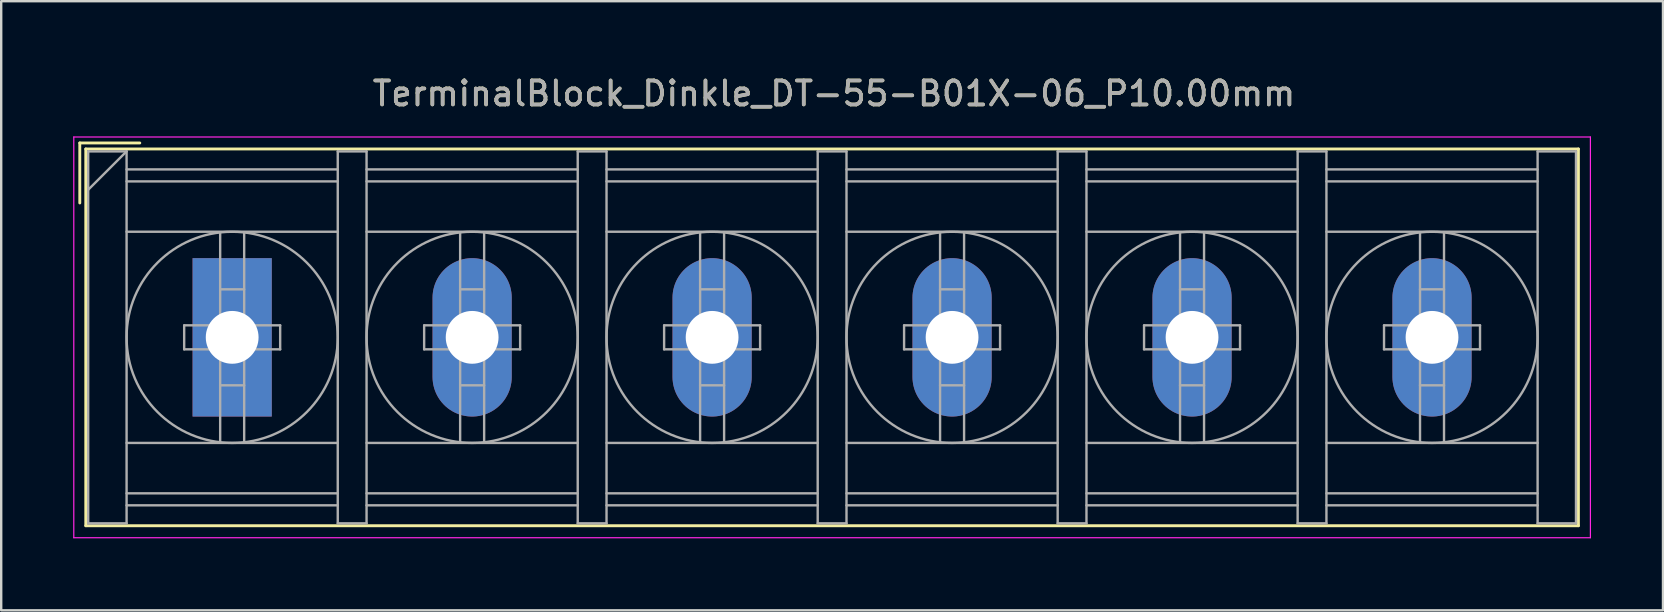
<source format=kicad_pcb>
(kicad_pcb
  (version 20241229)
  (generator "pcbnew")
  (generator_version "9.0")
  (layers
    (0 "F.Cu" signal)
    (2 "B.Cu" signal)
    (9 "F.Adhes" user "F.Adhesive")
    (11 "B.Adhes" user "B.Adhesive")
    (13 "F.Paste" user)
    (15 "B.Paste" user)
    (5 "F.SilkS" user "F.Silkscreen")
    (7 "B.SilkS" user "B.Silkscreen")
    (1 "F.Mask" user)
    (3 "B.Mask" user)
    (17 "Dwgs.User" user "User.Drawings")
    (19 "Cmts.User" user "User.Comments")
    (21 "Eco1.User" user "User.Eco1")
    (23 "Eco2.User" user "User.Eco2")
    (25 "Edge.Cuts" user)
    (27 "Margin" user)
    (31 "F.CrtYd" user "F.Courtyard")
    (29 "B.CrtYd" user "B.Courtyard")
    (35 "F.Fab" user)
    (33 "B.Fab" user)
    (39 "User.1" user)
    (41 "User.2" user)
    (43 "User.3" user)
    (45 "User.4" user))
  (footprint "TerminalBlock_Dinkle_DT-55-B01X-06_P10.00mm"
    (layer "F.Cu")
    (at 6.625 11.008)
    (property "Reference" "TerminalBlock_Dinkle_DT-55-B01X-06_P10.00mm" (at 25.08 -10.16 0) (layer "F.SilkS") (effects (font (size 1 1) (thickness 0.15))))
    (attr through_hole)
    (fp_line (start -6.35 -8.1) (end -3.85 -8.1) (stroke (width 0.12) (type solid)) (layer "F.SilkS"))
    (fp_line (start -6.35 -5.6) (end -6.35 -8.1) (stroke (width 0.12) (type solid)) (layer "F.SilkS"))
    (fp_line (start -6.1 -7.85) (end 56.1 -7.85) (stroke (width 0.12) (type solid)) (layer "F.SilkS"))
    (fp_line (start -6.1 7.85) (end -6.1 -7.85) (stroke (width 0.12) (type solid)) (layer "F.SilkS"))
    (fp_line (start -6.1 7.85) (end 56.1 7.85) (stroke (width 0.12) (type solid)) (layer "F.SilkS"))
    (fp_line (start 56.1 -7.85) (end 56.1 7.85) (stroke (width 0.12) (type solid)) (layer "F.SilkS"))
    (fp_line (start -6.6 -8.35) (end 56.6 -8.35) (stroke (width 0.05) (type solid)) (layer "F.CrtYd"))
    (fp_line (start -6.6 8.35) (end -6.6 -8.35) (stroke (width 0.05) (type solid)) (layer "F.CrtYd"))
    (fp_line (start -6.6 8.35) (end 56.6 8.35) (stroke (width 0.05) (type solid)) (layer "F.CrtYd"))
    (fp_line (start 56.6 -8.35) (end 56.6 8.35) (stroke (width 0.05) (type solid)) (layer "F.CrtYd"))
    (fp_line (start -6 -7.75) (end -6 7.75) (stroke (width 0.1) (type solid)) (layer "F.Fab"))
    (fp_line (start -6 -7.75) (end -4.4 -7.75) (stroke (width 0.1) (type solid)) (layer "F.Fab"))
    (fp_line (start -6 7.75) (end -4.4 7.75) (stroke (width 0.1) (type solid)) (layer "F.Fab"))
    (fp_line (start -4.4 -7.75) (end -6 -6.15) (stroke (width 0.1) (type solid)) (layer "F.Fab"))
    (fp_line (start -4.4 -7.75) (end -4.4 7.75) (stroke (width 0.1) (type solid)) (layer "F.Fab"))
    (fp_line (start -4.4 -7) (end 4.4 -7) (stroke (width 0.1) (type solid)) (layer "F.Fab"))
    (fp_line (start -4.4 -6.5) (end 4.4 -6.5) (stroke (width 0.1) (type solid)) (layer "F.Fab"))
    (fp_line (start -4.4 -4.4) (end 4.4 -4.4) (stroke (width 0.1) (type solid)) (layer "F.Fab"))
    (fp_line (start -4.4 4.4) (end 4.4 4.4) (stroke (width 0.1) (type solid)) (layer "F.Fab"))
    (fp_line (start -4.4 6.5) (end 4.4 6.5) (stroke (width 0.1) (type solid)) (layer "F.Fab"))
    (fp_line (start -4.4 7) (end 4.4 7) (stroke (width 0.1) (type solid)) (layer "F.Fab"))
    (fp_line (start -2 -0.5) (end -2 0.5) (stroke (width 0.1) (type solid)) (layer "F.Fab"))
    (fp_line (start -2 0.5) (end -0.5 0.5) (stroke (width 0.1) (type solid)) (layer "F.Fab"))
    (fp_line (start -0.5 -4.35) (end -0.5 -0.5) (stroke (width 0.1) (type solid)) (layer "F.Fab"))
    (fp_line (start -0.5 -2) (end 0.5 -2) (stroke (width 0.1) (type solid)) (layer "F.Fab"))
    (fp_line (start -0.5 -0.5) (end -2 -0.5) (stroke (width 0.1) (type solid)) (layer "F.Fab"))
    (fp_line (start -0.5 0.5) (end -0.5 4.35) (stroke (width 0.1) (type solid)) (layer "F.Fab"))
    (fp_line (start -0.5 2) (end 0.5 2) (stroke (width 0.1) (type solid)) (layer "F.Fab"))
    (fp_line (start 0.5 -4.35) (end 0.5 -0.5) (stroke (width 0.1) (type solid)) (layer "F.Fab"))
    (fp_line (start 0.5 -0.5) (end 2 -0.5) (stroke (width 0.1) (type solid)) (layer "F.Fab"))
    (fp_line (start 0.5 0.5) (end 0.5 4.35) (stroke (width 0.1) (type solid)) (layer "F.Fab"))
    (fp_line (start 2 -0.5) (end 2 0.5) (stroke (width 0.1) (type solid)) (layer "F.Fab"))
    (fp_line (start 2 0.5) (end 0.5 0.5) (stroke (width 0.1) (type solid)) (layer "F.Fab"))
    (fp_line (start 4.4 -7.75) (end 4.4 7.75) (stroke (width 0.1) (type solid)) (layer "F.Fab"))
    (fp_line (start 4.4 -7.75) (end 5.6 -7.75) (stroke (width 0.1) (type solid)) (layer "F.Fab"))
    (fp_line (start 4.4 7.75) (end 5.6 7.75) (stroke (width 0.1) (type solid)) (layer "F.Fab"))
    (fp_line (start 5.6 -7.75) (end 5.6 7.75) (stroke (width 0.1) (type solid)) (layer "F.Fab"))
    (fp_line (start 5.6 -7) (end 14.4 -7) (stroke (width 0.1) (type solid)) (layer "F.Fab"))
    (fp_line (start 5.6 -6.5) (end 14.4 -6.5) (stroke (width 0.1) (type solid)) (layer "F.Fab"))
    (fp_line (start 5.6 -4.4) (end 14.4 -4.4) (stroke (width 0.1) (type solid)) (layer "F.Fab"))
    (fp_line (start 5.6 4.4) (end 14.4 4.4) (stroke (width 0.1) (type solid)) (layer "F.Fab"))
    (fp_line (start 5.6 6.5) (end 14.4 6.5) (stroke (width 0.1) (type solid)) (layer "F.Fab"))
    (fp_line (start 5.6 7) (end 14.4 7) (stroke (width 0.1) (type solid)) (layer "F.Fab"))
    (fp_line (start 8 -0.5) (end 8 0.5) (stroke (width 0.1) (type solid)) (layer "F.Fab"))
    (fp_line (start 8 0.5) (end 9.5 0.5) (stroke (width 0.1) (type solid)) (layer "F.Fab"))
    (fp_line (start 9.5 -4.35) (end 9.5 -0.5) (stroke (width 0.1) (type solid)) (layer "F.Fab"))
    (fp_line (start 9.5 -2) (end 10.5 -2) (stroke (width 0.1) (type solid)) (layer "F.Fab"))
    (fp_line (start 9.5 -0.5) (end 8 -0.5) (stroke (width 0.1) (type solid)) (layer "F.Fab"))
    (fp_line (start 9.5 0.5) (end 9.5 4.35) (stroke (width 0.1) (type solid)) (layer "F.Fab"))
    (fp_line (start 9.5 2) (end 10.5 2) (stroke (width 0.1) (type solid)) (layer "F.Fab"))
    (fp_line (start 10.5 -4.35) (end 10.5 -0.5) (stroke (width 0.1) (type solid)) (layer "F.Fab"))
    (fp_line (start 10.5 -0.5) (end 12 -0.5) (stroke (width 0.1) (type solid)) (layer "F.Fab"))
    (fp_line (start 10.5 0.5) (end 10.5 4.35) (stroke (width 0.1) (type solid)) (layer "F.Fab"))
    (fp_line (start 12 -0.5) (end 12 0.5) (stroke (width 0.1) (type solid)) (layer "F.Fab"))
    (fp_line (start 12 0.5) (end 10.5 0.5) (stroke (width 0.1) (type solid)) (layer "F.Fab"))
    (fp_line (start 14.4 -7.75) (end 14.4 7.75) (stroke (width 0.1) (type solid)) (layer "F.Fab"))
    (fp_line (start 14.4 -7.75) (end 15.6 -7.75) (stroke (width 0.1) (type solid)) (layer "F.Fab"))
    (fp_line (start 14.4 7.75) (end 15.6 7.75) (stroke (width 0.1) (type solid)) (layer "F.Fab"))
    (fp_line (start 15.6 -7.75) (end 15.6 7.75) (stroke (width 0.1) (type solid)) (layer "F.Fab"))
    (fp_line (start 15.6 -7) (end 24.4 -7) (stroke (width 0.1) (type solid)) (layer "F.Fab"))
    (fp_line (start 15.6 -6.5) (end 24.4 -6.5) (stroke (width 0.1) (type solid)) (layer "F.Fab"))
    (fp_line (start 15.6 -4.4) (end 24.4 -4.4) (stroke (width 0.1) (type solid)) (layer "F.Fab"))
    (fp_line (start 15.6 4.4) (end 24.4 4.4) (stroke (width 0.1) (type solid)) (layer "F.Fab"))
    (fp_line (start 15.6 6.5) (end 24.4 6.5) (stroke (width 0.1) (type solid)) (layer "F.Fab"))
    (fp_line (start 15.6 7) (end 24.4 7) (stroke (width 0.1) (type solid)) (layer "F.Fab"))
    (fp_line (start 18 -0.5) (end 18 0.5) (stroke (width 0.1) (type solid)) (layer "F.Fab"))
    (fp_line (start 18 0.5) (end 19.5 0.5) (stroke (width 0.1) (type solid)) (layer "F.Fab"))
    (fp_line (start 19.5 -4.35) (end 19.5 -0.5) (stroke (width 0.1) (type solid)) (layer "F.Fab"))
    (fp_line (start 19.5 -2) (end 20.5 -2) (stroke (width 0.1) (type solid)) (layer "F.Fab"))
    (fp_line (start 19.5 -0.5) (end 18 -0.5) (stroke (width 0.1) (type solid)) (layer "F.Fab"))
    (fp_line (start 19.5 0.5) (end 19.5 4.35) (stroke (width 0.1) (type solid)) (layer "F.Fab"))
    (fp_line (start 19.5 2) (end 20.5 2) (stroke (width 0.1) (type solid)) (layer "F.Fab"))
    (fp_line (start 20.5 -4.35) (end 20.5 -0.5) (stroke (width 0.1) (type solid)) (layer "F.Fab"))
    (fp_line (start 20.5 -0.5) (end 22 -0.5) (stroke (width 0.1) (type solid)) (layer "F.Fab"))
    (fp_line (start 20.5 0.5) (end 20.5 4.35) (stroke (width 0.1) (type solid)) (layer "F.Fab"))
    (fp_line (start 22 -0.5) (end 22 0.5) (stroke (width 0.1) (type solid)) (layer "F.Fab"))
    (fp_line (start 22 0.5) (end 20.5 0.5) (stroke (width 0.1) (type solid)) (layer "F.Fab"))
    (fp_line (start 24.4 -7.75) (end 24.4 7.75) (stroke (width 0.1) (type solid)) (layer "F.Fab"))
    (fp_line (start 24.4 -7.75) (end 25.6 -7.75) (stroke (width 0.1) (type solid)) (layer "F.Fab"))
    (fp_line (start 24.4 7.75) (end 25.6 7.75) (stroke (width 0.1) (type solid)) (layer "F.Fab"))
    (fp_line (start 25.6 -7.75) (end 25.6 7.75) (stroke (width 0.1) (type solid)) (layer "F.Fab"))
    (fp_line (start 25.6 -7) (end 34.4 -7) (stroke (width 0.1) (type solid)) (layer "F.Fab"))
    (fp_line (start 25.6 -6.5) (end 34.4 -6.5) (stroke (width 0.1) (type solid)) (layer "F.Fab"))
    (fp_line (start 25.6 -4.4) (end 34.4 -4.4) (stroke (width 0.1) (type solid)) (layer "F.Fab"))
    (fp_line (start 25.6 4.4) (end 34.4 4.4) (stroke (width 0.1) (type solid)) (layer "F.Fab"))
    (fp_line (start 25.6 6.5) (end 34.4 6.5) (stroke (width 0.1) (type solid)) (layer "F.Fab"))
    (fp_line (start 25.6 7) (end 34.4 7) (stroke (width 0.1) (type solid)) (layer "F.Fab"))
    (fp_line (start 28 -0.5) (end 28 0.5) (stroke (width 0.1) (type solid)) (layer "F.Fab"))
    (fp_line (start 28 0.5) (end 29.5 0.5) (stroke (width 0.1) (type solid)) (layer "F.Fab"))
    (fp_line (start 29.5 -4.35) (end 29.5 -0.5) (stroke (width 0.1) (type solid)) (layer "F.Fab"))
    (fp_line (start 29.5 -2) (end 30.5 -2) (stroke (width 0.1) (type solid)) (layer "F.Fab"))
    (fp_line (start 29.5 -0.5) (end 28 -0.5) (stroke (width 0.1) (type solid)) (layer "F.Fab"))
    (fp_line (start 29.5 0.5) (end 29.5 4.35) (stroke (width 0.1) (type solid)) (layer "F.Fab"))
    (fp_line (start 29.5 2) (end 30.5 2) (stroke (width 0.1) (type solid)) (layer "F.Fab"))
    (fp_line (start 30.5 -4.35) (end 30.5 -0.5) (stroke (width 0.1) (type solid)) (layer "F.Fab"))
    (fp_line (start 30.5 -0.5) (end 32 -0.5) (stroke (width 0.1) (type solid)) (layer "F.Fab"))
    (fp_line (start 30.5 0.5) (end 30.5 4.35) (stroke (width 0.1) (type solid)) (layer "F.Fab"))
    (fp_line (start 32 -0.5) (end 32 0.5) (stroke (width 0.1) (type solid)) (layer "F.Fab"))
    (fp_line (start 32 0.5) (end 30.5 0.5) (stroke (width 0.1) (type solid)) (layer "F.Fab"))
    (fp_line (start 34.4 -7.75) (end 34.4 7.75) (stroke (width 0.1) (type solid)) (layer "F.Fab"))
    (fp_line (start 34.4 -7.75) (end 35.6 -7.75) (stroke (width 0.1) (type solid)) (layer "F.Fab"))
    (fp_line (start 34.4 7.75) (end 35.6 7.75) (stroke (width 0.1) (type solid)) (layer "F.Fab"))
    (fp_line (start 35.6 -7.75) (end 35.6 7.75) (stroke (width 0.1) (type solid)) (layer "F.Fab"))
    (fp_line (start 35.6 -7) (end 44.4 -7) (stroke (width 0.1) (type solid)) (layer "F.Fab"))
    (fp_line (start 35.6 -6.5) (end 44.4 -6.5) (stroke (width 0.1) (type solid)) (layer "F.Fab"))
    (fp_line (start 35.6 -4.4) (end 44.4 -4.4) (stroke (width 0.1) (type solid)) (layer "F.Fab"))
    (fp_line (start 35.6 4.4) (end 44.4 4.4) (stroke (width 0.1) (type solid)) (layer "F.Fab"))
    (fp_line (start 35.6 6.5) (end 44.4 6.5) (stroke (width 0.1) (type solid)) (layer "F.Fab"))
    (fp_line (start 35.6 7) (end 44.4 7) (stroke (width 0.1) (type solid)) (layer "F.Fab"))
    (fp_line (start 38 -0.5) (end 38 0.5) (stroke (width 0.1) (type solid)) (layer "F.Fab"))
    (fp_line (start 38 0.5) (end 39.5 0.5) (stroke (width 0.1) (type solid)) (layer "F.Fab"))
    (fp_line (start 39.5 -4.35) (end 39.5 -0.5) (stroke (width 0.1) (type solid)) (layer "F.Fab"))
    (fp_line (start 39.5 -2) (end 40.5 -2) (stroke (width 0.1) (type solid)) (layer "F.Fab"))
    (fp_line (start 39.5 -0.5) (end 38 -0.5) (stroke (width 0.1) (type solid)) (layer "F.Fab"))
    (fp_line (start 39.5 0.5) (end 39.5 4.35) (stroke (width 0.1) (type solid)) (layer "F.Fab"))
    (fp_line (start 39.5 2) (end 40.5 2) (stroke (width 0.1) (type solid)) (layer "F.Fab"))
    (fp_line (start 40.5 -4.35) (end 40.5 -0.5) (stroke (width 0.1) (type solid)) (layer "F.Fab"))
    (fp_line (start 40.5 -0.5) (end 42 -0.5) (stroke (width 0.1) (type solid)) (layer "F.Fab"))
    (fp_line (start 40.5 0.5) (end 40.5 4.35) (stroke (width 0.1) (type solid)) (layer "F.Fab"))
    (fp_line (start 42 -0.5) (end 42 0.5) (stroke (width 0.1) (type solid)) (layer "F.Fab"))
    (fp_line (start 42 0.5) (end 40.5 0.5) (stroke (width 0.1) (type solid)) (layer "F.Fab"))
    (fp_line (start 44.4 -7.75) (end 44.4 7.75) (stroke (width 0.1) (type solid)) (layer "F.Fab"))
    (fp_line (start 44.4 -7.75) (end 45.6 -7.75) (stroke (width 0.1) (type solid)) (layer "F.Fab"))
    (fp_line (start 44.4 7.75) (end 45.6 7.75) (stroke (width 0.1) (type solid)) (layer "F.Fab"))
    (fp_line (start 45.6 -7.75) (end 45.6 7.75) (stroke (width 0.1) (type solid)) (layer "F.Fab"))
    (fp_line (start 45.6 -7) (end 54.4 -7) (stroke (width 0.1) (type solid)) (layer "F.Fab"))
    (fp_line (start 45.6 -6.5) (end 54.4 -6.5) (stroke (width 0.1) (type solid)) (layer "F.Fab"))
    (fp_line (start 45.6 -4.4) (end 54.4 -4.4) (stroke (width 0.1) (type solid)) (layer "F.Fab"))
    (fp_line (start 45.6 4.4) (end 54.4 4.4) (stroke (width 0.1) (type solid)) (layer "F.Fab"))
    (fp_line (start 45.6 6.5) (end 54.4 6.5) (stroke (width 0.1) (type solid)) (layer "F.Fab"))
    (fp_line (start 45.6 7) (end 54.4 7) (stroke (width 0.1) (type solid)) (layer "F.Fab"))
    (fp_line (start 48 -0.5) (end 48 0.5) (stroke (width 0.1) (type solid)) (layer "F.Fab"))
    (fp_line (start 48 0.5) (end 49.5 0.5) (stroke (width 0.1) (type solid)) (layer "F.Fab"))
    (fp_line (start 49.5 -4.35) (end 49.5 -0.5) (stroke (width 0.1) (type solid)) (layer "F.Fab"))
    (fp_line (start 49.5 -2) (end 50.5 -2) (stroke (width 0.1) (type solid)) (layer "F.Fab"))
    (fp_line (start 49.5 -0.5) (end 48 -0.5) (stroke (width 0.1) (type solid)) (layer "F.Fab"))
    (fp_line (start 49.5 0.5) (end 49.5 4.35) (stroke (width 0.1) (type solid)) (layer "F.Fab"))
    (fp_line (start 49.5 2) (end 50.5 2) (stroke (width 0.1) (type solid)) (layer "F.Fab"))
    (fp_line (start 50.5 -4.35) (end 50.5 -0.5) (stroke (width 0.1) (type solid)) (layer "F.Fab"))
    (fp_line (start 50.5 -0.5) (end 52 -0.5) (stroke (width 0.1) (type solid)) (layer "F.Fab"))
    (fp_line (start 50.5 0.5) (end 50.5 4.35) (stroke (width 0.1) (type solid)) (layer "F.Fab"))
    (fp_line (start 52 -0.5) (end 52 0.5) (stroke (width 0.1) (type solid)) (layer "F.Fab"))
    (fp_line (start 52 0.5) (end 50.5 0.5) (stroke (width 0.1) (type solid)) (layer "F.Fab"))
    (fp_line (start 54.4 -7.75) (end 54.4 7.75) (stroke (width 0.1) (type solid)) (layer "F.Fab"))
    (fp_line (start 54.4 -7.75) (end 56 -7.75) (stroke (width 0.1) (type solid)) (layer "F.Fab"))
    (fp_line (start 54.4 7.75) (end 56 7.75) (stroke (width 0.1) (type solid)) (layer "F.Fab"))
    (fp_line (start 56 -7.75) (end 56 7.75) (stroke (width 0.1) (type solid)) (layer "F.Fab"))
    (fp_circle (center 0 0) (end 0.5 0.5) (stroke (width 0.1) (type solid)) (fill no) (layer "F.Fab"))
    (fp_circle (center 0 0) (end 4.4 0) (stroke (width 0.1) (type solid)) (fill no) (layer "F.Fab"))
    (fp_circle (center 10 0) (end 10.5 0.5) (stroke (width 0.1) (type solid)) (fill no) (layer "F.Fab"))
    (fp_circle (center 10 0) (end 14.4 0) (stroke (width 0.1) (type solid)) (fill no) (layer "F.Fab"))
    (fp_circle (center 20 0) (end 20.5 0.5) (stroke (width 0.1) (type solid)) (fill no) (layer "F.Fab"))
    (fp_circle (center 20 0) (end 24.4 0) (stroke (width 0.1) (type solid)) (fill no) (layer "F.Fab"))
    (fp_circle (center 30 0) (end 30.5 0.5) (stroke (width 0.1) (type solid)) (fill no) (layer "F.Fab"))
    (fp_circle (center 30 0) (end 34.4 0) (stroke (width 0.1) (type solid)) (fill no) (layer "F.Fab"))
    (fp_circle (center 40 0) (end 40.5 0.5) (stroke (width 0.1) (type solid)) (fill no) (layer "F.Fab"))
    (fp_circle (center 40 0) (end 44.4 0) (stroke (width 0.1) (type solid)) (fill no) (layer "F.Fab"))
    (fp_circle (center 50 0) (end 50.5 0.5) (stroke (width 0.1) (type solid)) (fill no) (layer "F.Fab"))
    (fp_circle (center 50 0) (end 54.4 0) (stroke (width 0.1) (type solid)) (fill no) (layer "F.Fab"))
    (fp_text user "${REFERENCE}" (at 25.08 -10.16 0) (layer "F.Fab") (effects (font (size 1 1) (thickness 0.15))))
    (pad "1" thru_hole rect (at 0 0) (size 3.3 6.6) (drill 2.2) (layers "*.Cu" "*.Mask"))
    (pad "2" thru_hole oval (at 10 0) (size 3.3 6.6) (drill 2.2) (layers "*.Cu" "*.Mask"))
    (pad "3" thru_hole oval (at 20 0) (size 3.3 6.6) (drill 2.2) (layers "*.Cu" "*.Mask"))
    (pad "4" thru_hole oval (at 30 0) (size 3.3 6.6) (drill 2.2) (layers "*.Cu" "*.Mask"))
    (pad "5" thru_hole oval (at 40 0) (size 3.3 6.6) (drill 2.2) (layers "*.Cu" "*.Mask"))
    (pad "6" thru_hole oval (at 50 0) (size 3.3 6.6) (drill 2.2) (layers "*.Cu" "*.Mask")))
  (gr_rect
    (start -3 -3)
    (end 66.25 22.383)
    (stroke (width 0.1) (type default))
    (fill no)
    (layer "Edge.Cuts")))
</source>
